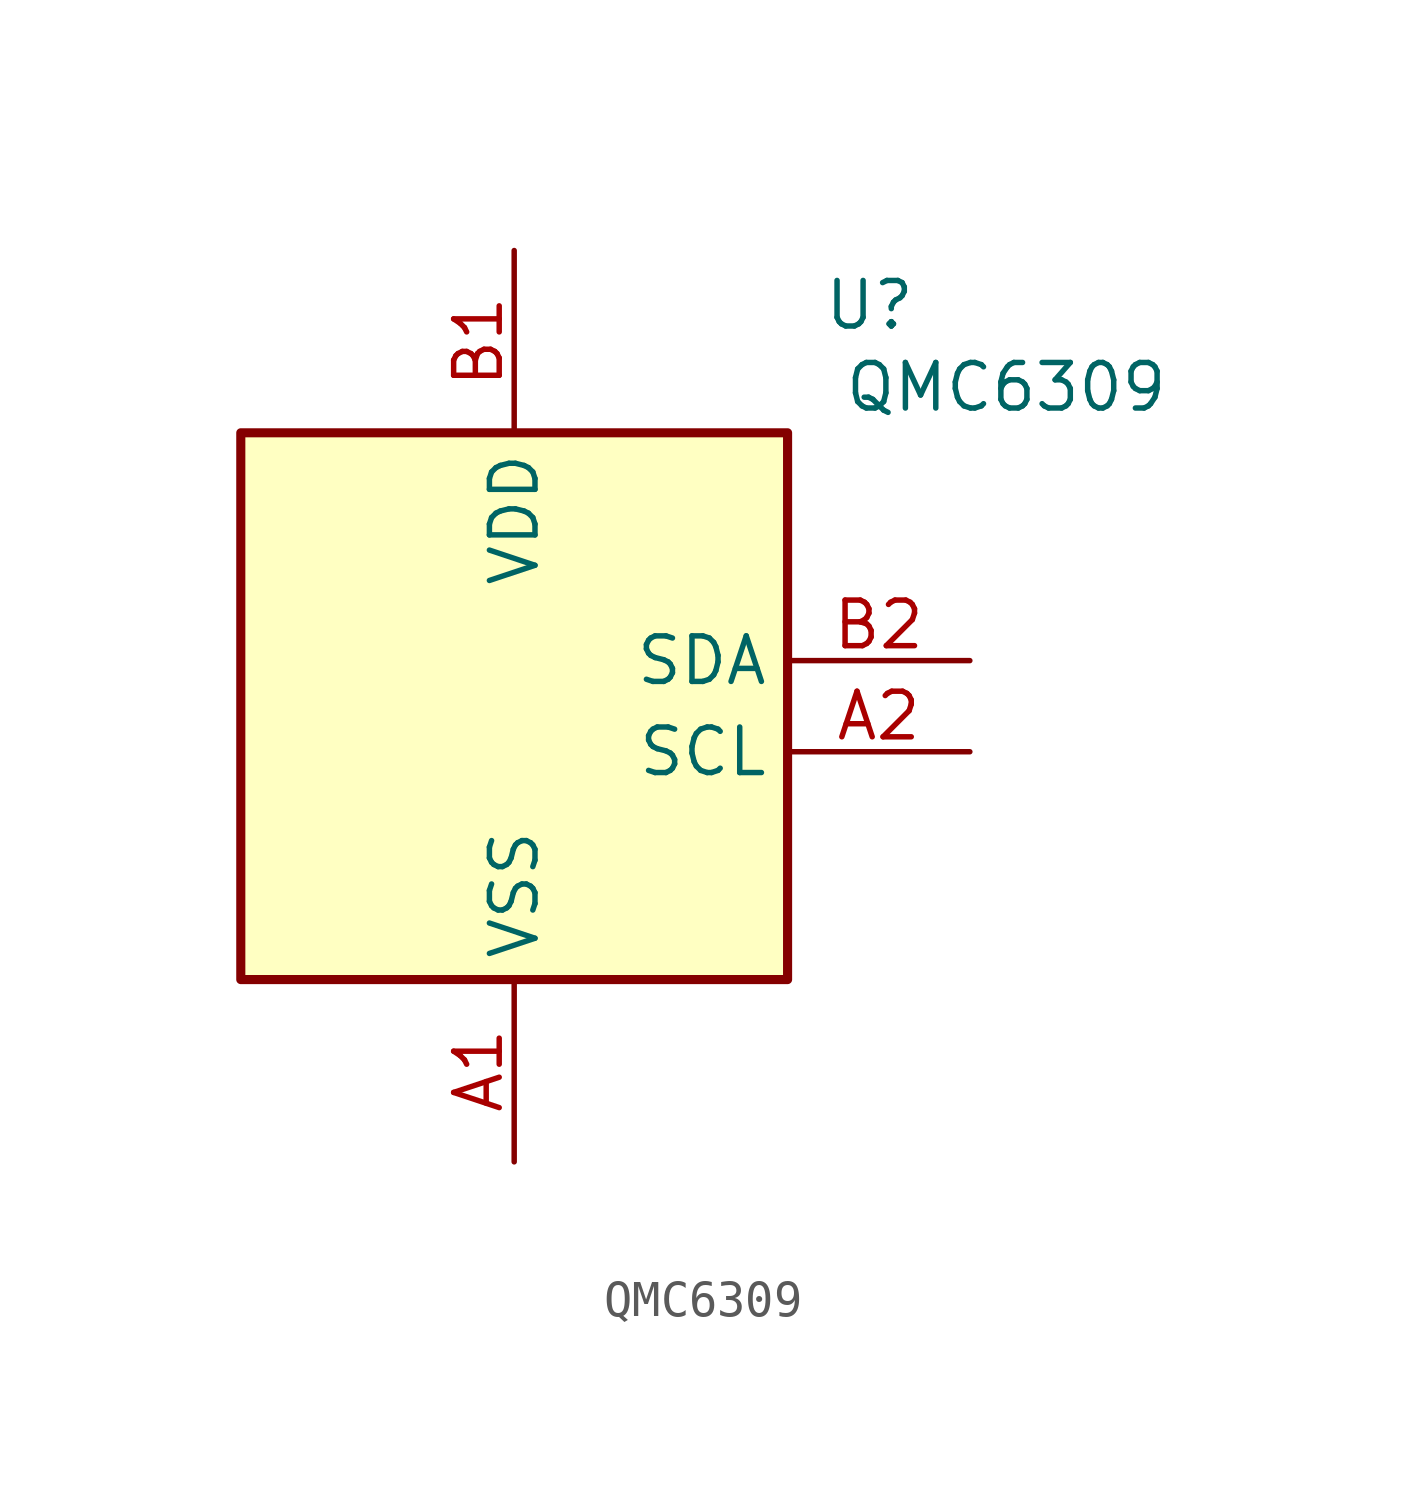
<source format=kicad_sym>
(kicad_symbol_lib
  (version 20241209)
  (generator "kicad_symbol_editor")
  (generator_version "9.0")
  (symbol "QMC6309"
    (property "Reference" "U"
      (at 9.906 11.176 0)
      (effects (font (size 1.27 1.27))))
    (property "Value" "QMC6309"
      (at 13.716 8.89 0)
      (effects (font (size 1.27 1.27))))
    (symbol "QMC6309_0_1"
      (rectangle (start -7.62 7.62) (end 7.62 -7.62) (stroke (width 0.254) (type default)) (fill (type background))))
    (symbol "QMC6309_1_0"
      (pin input line (at 0 12.7 270) (length 5.08) (name "VDD" (effects (font (size 1.27 1.27)))) (number "B1" (effects (font (size 1.27 1.27)))))
      (pin input line (at 0 -12.7 90) (length 5.08) (name "VSS" (effects (font (size 1.27 1.27)))) (number "A1" (effects (font (size 1.27 1.27)))))
      (pin input line (at 12.7 1.27 180) (length 5.08) (name "SDA" (effects (font (size 1.27 1.27)))) (number "B2" (effects (font (size 1.27 1.27)))))
      (pin input line (at 12.7 -1.27 180) (length 5.08) (name "SCL" (effects (font (size 1.27 1.27)))) (number "A2" (effects (font (size 1.27 1.27))))))))
</source>
